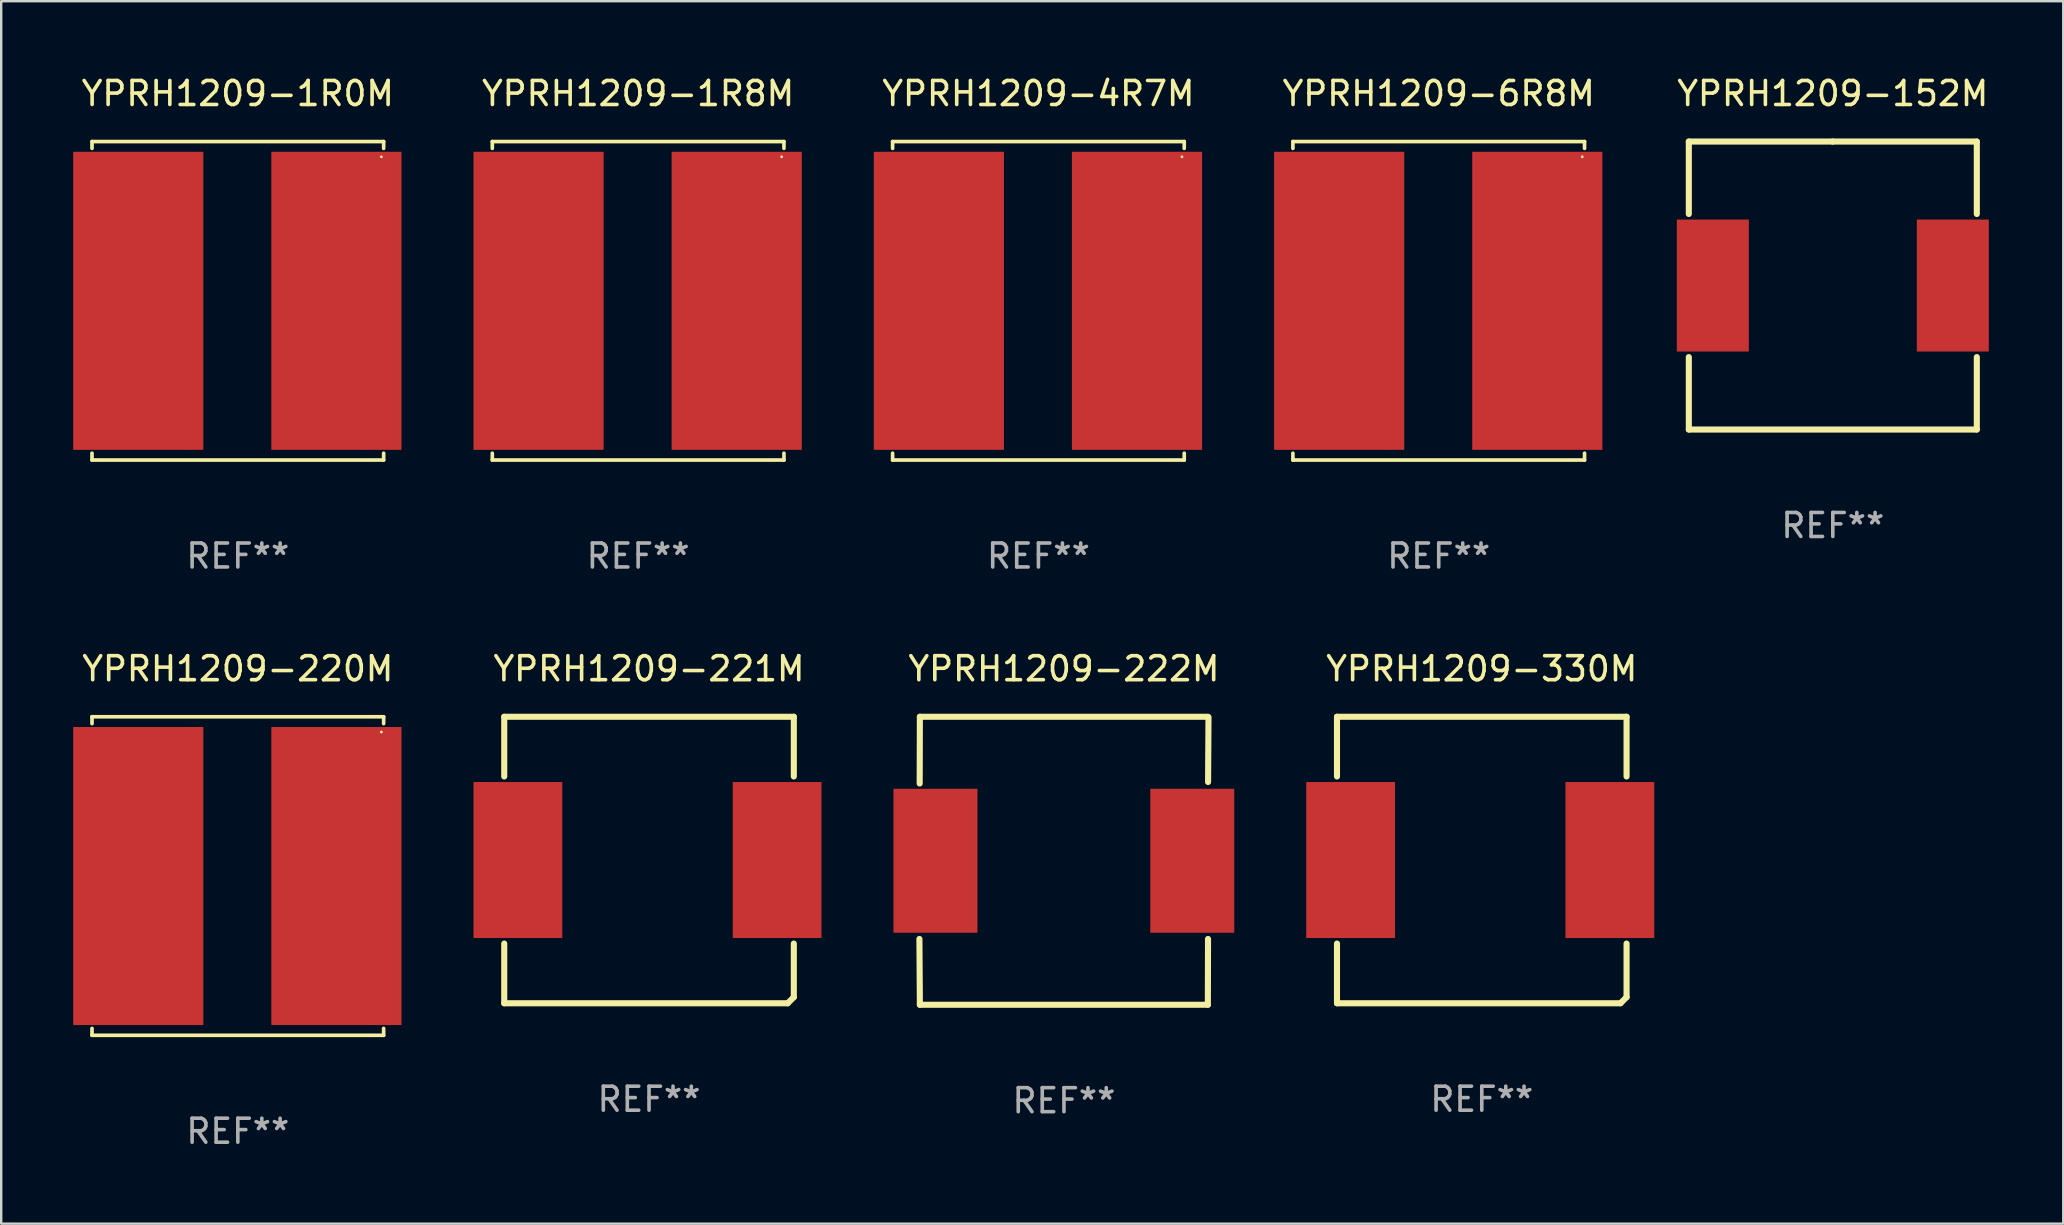
<source format=kicad_pcb>
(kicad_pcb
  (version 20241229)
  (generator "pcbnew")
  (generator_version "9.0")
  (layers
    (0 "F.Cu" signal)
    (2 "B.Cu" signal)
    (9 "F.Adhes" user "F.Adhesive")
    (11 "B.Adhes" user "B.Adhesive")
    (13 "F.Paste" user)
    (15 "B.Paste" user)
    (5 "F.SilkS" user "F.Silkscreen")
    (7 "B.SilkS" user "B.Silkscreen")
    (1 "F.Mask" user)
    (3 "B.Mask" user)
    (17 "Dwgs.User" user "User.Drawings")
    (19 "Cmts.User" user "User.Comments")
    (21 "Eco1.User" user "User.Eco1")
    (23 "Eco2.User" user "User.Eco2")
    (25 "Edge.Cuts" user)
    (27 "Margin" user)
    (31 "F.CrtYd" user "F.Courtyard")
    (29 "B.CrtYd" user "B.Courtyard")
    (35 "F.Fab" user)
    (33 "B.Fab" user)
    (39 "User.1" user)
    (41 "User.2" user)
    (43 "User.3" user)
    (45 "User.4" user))
  (footprint "YPRH1209-152M"
    (layer "F.Cu")
    (at 73.321 8.848)
    (property "Reference" "YPRH1209-152M" (at 0 -8 0) (layer "F.SilkS") (effects (font (size 1 1) (thickness 0.15))))
    (attr through_hole)
    (fp_line (start -6 -6) (end 0 -6) (stroke (width 0.254) (type solid)) (layer "F.SilkS"))
    (fp_line (start -6 -2.981) (end -6 -6) (stroke (width 0.254) (type solid)) (layer "F.SilkS"))
    (fp_line (start -6 6) (end -6 2.981) (stroke (width 0.254) (type solid)) (layer "F.SilkS"))
    (fp_line (start 0 -6) (end 6 -6) (stroke (width 0.254) (type solid)) (layer "F.SilkS"))
    (fp_line (start 6 -6) (end 6 -2.981) (stroke (width 0.254) (type solid)) (layer "F.SilkS"))
    (fp_line (start 6 2.981) (end 6 6) (stroke (width 0.254) (type solid)) (layer "F.SilkS"))
    (fp_line (start 6 6) (end -6 6) (stroke (width 0.254) (type solid)) (layer "F.SilkS"))
    (fp_circle (center -6 6) (end -5.97 6) (stroke (width 0.06) (type solid)) (fill no) (layer "F.SilkS"))
    (fp_text user "REF**" (at 0 10 0) (layer "F.Fab") (effects (font (size 1 1) (thickness 0.15))))
    (pad "1" smd rect (at -5 0) (size 3 5.5) (layers "F.Cu" "F.Mask" "F.Paste"))
    (pad "2" smd rect (at 5 0) (size 3 5.5) (layers "F.Cu" "F.Mask" "F.Paste")))
  (footprint "YPRH1209-1R0M"
    (layer "F.Cu")
    (at 6.86 9.484)
    (property "Reference" "YPRH1209-1R0M" (at 0 -8.636 0) (layer "F.SilkS") (effects (font (size 1 1) (thickness 0.15))))
    (attr through_hole)
    (fp_line (start -6.076 -6.636) (end -6.076 -6.35) (stroke (width 0.152) (type solid)) (layer "F.SilkS"))
    (fp_line (start -6.076 6.636) (end -6.076 6.35) (stroke (width 0.152) (type solid)) (layer "F.SilkS"))
    (fp_line (start 6.076 -6.636) (end -6.076 -6.636) (stroke (width 0.152) (type solid)) (layer "F.SilkS"))
    (fp_line (start 6.076 -6.35) (end 6.076 -6.636) (stroke (width 0.152) (type solid)) (layer "F.SilkS"))
    (fp_line (start 6.076 6.35) (end 6.076 6.636) (stroke (width 0.152) (type solid)) (layer "F.SilkS"))
    (fp_line (start 6.076 6.636) (end -6.076 6.636) (stroke (width 0.152) (type solid)) (layer "F.SilkS"))
    (fp_circle (center 5.98 -6) (end 6.01 -6) (stroke (width 0.06) (type solid)) (fill no) (layer "F.SilkS"))
    (fp_text user "REF**" (at 0 10.636 0) (layer "F.Fab") (effects (font (size 1 1) (thickness 0.15))))
    (pad "1" smd rect (at 4.108 0) (size 5.424 12.42) (layers "F.Cu" "F.Mask" "F.Paste"))
    (pad "2" smd rect (at -4.148 0) (size 5.424 12.42) (layers "F.Cu" "F.Mask" "F.Paste")))
  (footprint "YPRH1209-330M"
    (layer "F.Cu")
    (at 58.694 32.786)
    (property "Reference" "YPRH1209-330M" (at 0 -7.969 0) (layer "F.SilkS") (effects (font (size 1 1) (thickness 0.15))))
    (attr through_hole)
    (fp_line (start -6.033 -5.969) (end 6.033 -5.969) (stroke (width 0.254) (type solid)) (layer "F.SilkS"))
    (fp_line (start -6.033 -3.481) (end -6.033 -5.969) (stroke (width 0.254) (type solid)) (layer "F.SilkS"))
    (fp_line (start -6.033 5.969) (end -6.033 3.481) (stroke (width 0.254) (type solid)) (layer "F.SilkS"))
    (fp_line (start 5.779 5.969) (end -6.033 5.969) (stroke (width 0.254) (type solid)) (layer "F.SilkS"))
    (fp_line (start 6.033 -5.969) (end 6.033 -3.481) (stroke (width 0.254) (type solid)) (layer "F.SilkS"))
    (fp_line (start 6.033 3.481) (end 6.033 5.715) (stroke (width 0.254) (type solid)) (layer "F.SilkS"))
    (fp_line (start 6.033 5.715) (end 5.779 5.969) (stroke (width 0.254) (type solid)) (layer "F.SilkS"))
    (fp_circle (center 5.936 -6) (end 5.966 -6) (stroke (width 0.06) (type solid)) (fill no) (layer "F.SilkS"))
    (fp_text user "REF**" (at 0 9.969 0) (layer "F.Fab") (effects (font (size 1 1) (thickness 0.15))))
    (pad "1" smd rect (at 5.337 0) (size 3.7 6.5) (layers "F.Cu" "F.Mask" "F.Paste"))
    (pad "2" smd rect (at -5.464 0) (size 3.7 6.5) (layers "F.Cu" "F.Mask" "F.Paste")))
  (footprint "YPRH1209-221M"
    (layer "F.Cu")
    (at 23.994 32.786)
    (property "Reference" "YPRH1209-221M" (at 0 -7.969 0) (layer "F.SilkS") (effects (font (size 1 1) (thickness 0.15))))
    (attr through_hole)
    (fp_line (start -6.033 -5.969) (end 6.033 -5.969) (stroke (width 0.254) (type solid)) (layer "F.SilkS"))
    (fp_line (start -6.033 -3.481) (end -6.033 -5.969) (stroke (width 0.254) (type solid)) (layer "F.SilkS"))
    (fp_line (start -6.033 5.969) (end -6.033 3.481) (stroke (width 0.254) (type solid)) (layer "F.SilkS"))
    (fp_line (start 5.779 5.969) (end -6.033 5.969) (stroke (width 0.254) (type solid)) (layer "F.SilkS"))
    (fp_line (start 6.033 -5.969) (end 6.033 -3.481) (stroke (width 0.254) (type solid)) (layer "F.SilkS"))
    (fp_line (start 6.033 3.481) (end 6.033 5.715) (stroke (width 0.254) (type solid)) (layer "F.SilkS"))
    (fp_line (start 6.033 5.715) (end 5.779 5.969) (stroke (width 0.254) (type solid)) (layer "F.SilkS"))
    (fp_circle (center 5.936 -6) (end 5.966 -6) (stroke (width 0.06) (type solid)) (fill no) (layer "F.SilkS"))
    (fp_text user "REF**" (at 0 9.969 0) (layer "F.Fab") (effects (font (size 1 1) (thickness 0.15))))
    (pad "1" smd rect (at 5.337 0) (size 3.7 6.5) (layers "F.Cu" "F.Mask" "F.Paste"))
    (pad "2" smd rect (at -5.464 0) (size 3.7 6.5) (layers "F.Cu" "F.Mask" "F.Paste")))
  (footprint "YPRH1209-1R8M"
    (layer "F.Cu")
    (at 23.54 9.484)
    (property "Reference" "YPRH1209-1R8M" (at 0 -8.636 0) (layer "F.SilkS") (effects (font (size 1 1) (thickness 0.15))))
    (attr through_hole)
    (fp_line (start -6.076 -6.636) (end -6.076 -6.35) (stroke (width 0.152) (type solid)) (layer "F.SilkS"))
    (fp_line (start -6.076 6.636) (end -6.076 6.35) (stroke (width 0.152) (type solid)) (layer "F.SilkS"))
    (fp_line (start 6.076 -6.636) (end -6.076 -6.636) (stroke (width 0.152) (type solid)) (layer "F.SilkS"))
    (fp_line (start 6.076 -6.35) (end 6.076 -6.636) (stroke (width 0.152) (type solid)) (layer "F.SilkS"))
    (fp_line (start 6.076 6.35) (end 6.076 6.636) (stroke (width 0.152) (type solid)) (layer "F.SilkS"))
    (fp_line (start 6.076 6.636) (end -6.076 6.636) (stroke (width 0.152) (type solid)) (layer "F.SilkS"))
    (fp_circle (center 5.98 -6) (end 6.01 -6) (stroke (width 0.06) (type solid)) (fill no) (layer "F.SilkS"))
    (fp_text user "REF**" (at 0 10.636 0) (layer "F.Fab") (effects (font (size 1 1) (thickness 0.15))))
    (pad "1" smd rect (at 4.108 0) (size 5.424 12.42) (layers "F.Cu" "F.Mask" "F.Paste"))
    (pad "2" smd rect (at -4.148 0) (size 5.424 12.42) (layers "F.Cu" "F.Mask" "F.Paste")))
  (footprint "YPRH1209-220M"
    (layer "F.Cu")
    (at 6.86 33.453)
    (property "Reference" "YPRH1209-220M" (at 0 -8.636 0) (layer "F.SilkS") (effects (font (size 1 1) (thickness 0.15))))
    (attr through_hole)
    (fp_line (start -6.076 -6.636) (end -6.076 -6.35) (stroke (width 0.152) (type solid)) (layer "F.SilkS"))
    (fp_line (start -6.076 6.636) (end -6.076 6.35) (stroke (width 0.152) (type solid)) (layer "F.SilkS"))
    (fp_line (start 6.076 -6.636) (end -6.076 -6.636) (stroke (width 0.152) (type solid)) (layer "F.SilkS"))
    (fp_line (start 6.076 -6.35) (end 6.076 -6.636) (stroke (width 0.152) (type solid)) (layer "F.SilkS"))
    (fp_line (start 6.076 6.35) (end 6.076 6.636) (stroke (width 0.152) (type solid)) (layer "F.SilkS"))
    (fp_line (start 6.076 6.636) (end -6.076 6.636) (stroke (width 0.152) (type solid)) (layer "F.SilkS"))
    (fp_circle (center 5.98 -6) (end 6.01 -6) (stroke (width 0.06) (type solid)) (fill no) (layer "F.SilkS"))
    (fp_text user "REF**" (at 0 10.636 0) (layer "F.Fab") (effects (font (size 1 1) (thickness 0.15))))
    (pad "1" smd rect (at 4.108 0) (size 5.424 12.42) (layers "F.Cu" "F.Mask" "F.Paste"))
    (pad "2" smd rect (at -4.148 0) (size 5.424 12.42) (layers "F.Cu" "F.Mask" "F.Paste")))
  (footprint "YPRH1209-222M"
    (layer "F.Cu")
    (at 41.284 32.817)
    (property "Reference" "YPRH1209-222M" (at 0 -8 0) (layer "F.SilkS") (effects (font (size 1 1) (thickness 0.15))))
    (attr through_hole)
    (fp_line (start -6.012 -3.22) (end -6.004 -6) (stroke (width 0.254) (type solid)) (layer "F.SilkS"))
    (fp_line (start -6.004 -6) (end 5.996 -6) (stroke (width 0.254) (type solid)) (layer "F.SilkS"))
    (fp_line (start -6.004 6) (end -6.023 3.258) (stroke (width 0.254) (type solid)) (layer "F.SilkS"))
    (fp_line (start -6.004 6) (end 5.996 6) (stroke (width 0.254) (type solid)) (layer "F.SilkS"))
    (fp_line (start 5.996 6) (end 6.003 3.258) (stroke (width 0.254) (type solid)) (layer "F.SilkS"))
    (fp_line (start 6.005 -3.282) (end 6.023 -5.98) (stroke (width 0.254) (type solid)) (layer "F.SilkS"))
    (fp_circle (center -6.004 6) (end -5.974 6) (stroke (width 0.06) (type solid)) (fill no) (layer "F.SilkS"))
    (fp_text user "REF**" (at 0 10 0) (layer "F.Fab") (effects (font (size 1 1) (thickness 0.15))))
    (pad "1" smd rect (at -5.354 0) (size 3.5 6) (layers "F.Cu" "F.Mask" "F.Paste"))
    (pad "2" smd rect (at 5.346 0) (size 3.5 6) (layers "F.Cu" "F.Mask" "F.Paste")))
  (footprint "YPRH1209-6R8M"
    (layer "F.Cu")
    (at 56.9 9.484)
    (property "Reference" "YPRH1209-6R8M" (at 0 -8.636 0) (layer "F.SilkS") (effects (font (size 1 1) (thickness 0.15))))
    (attr through_hole)
    (fp_line (start -6.076 -6.636) (end -6.076 -6.35) (stroke (width 0.152) (type solid)) (layer "F.SilkS"))
    (fp_line (start -6.076 6.636) (end -6.076 6.35) (stroke (width 0.152) (type solid)) (layer "F.SilkS"))
    (fp_line (start 6.076 -6.636) (end -6.076 -6.636) (stroke (width 0.152) (type solid)) (layer "F.SilkS"))
    (fp_line (start 6.076 -6.35) (end 6.076 -6.636) (stroke (width 0.152) (type solid)) (layer "F.SilkS"))
    (fp_line (start 6.076 6.35) (end 6.076 6.636) (stroke (width 0.152) (type solid)) (layer "F.SilkS"))
    (fp_line (start 6.076 6.636) (end -6.076 6.636) (stroke (width 0.152) (type solid)) (layer "F.SilkS"))
    (fp_circle (center 5.98 -6) (end 6.01 -6) (stroke (width 0.06) (type solid)) (fill no) (layer "F.SilkS"))
    (fp_text user "REF**" (at 0 10.636 0) (layer "F.Fab") (effects (font (size 1 1) (thickness 0.15))))
    (pad "1" smd rect (at 4.108 0) (size 5.424 12.42) (layers "F.Cu" "F.Mask" "F.Paste"))
    (pad "2" smd rect (at -4.148 0) (size 5.424 12.42) (layers "F.Cu" "F.Mask" "F.Paste")))
  (footprint "YPRH1209-4R7M"
    (layer "F.Cu")
    (at 40.22 9.484)
    (property "Reference" "YPRH1209-4R7M" (at 0 -8.636 0) (layer "F.SilkS") (effects (font (size 1 1) (thickness 0.15))))
    (attr through_hole)
    (fp_line (start -6.076 -6.636) (end -6.076 -6.35) (stroke (width 0.152) (type solid)) (layer "F.SilkS"))
    (fp_line (start -6.076 6.636) (end -6.076 6.35) (stroke (width 0.152) (type solid)) (layer "F.SilkS"))
    (fp_line (start 6.076 -6.636) (end -6.076 -6.636) (stroke (width 0.152) (type solid)) (layer "F.SilkS"))
    (fp_line (start 6.076 -6.35) (end 6.076 -6.636) (stroke (width 0.152) (type solid)) (layer "F.SilkS"))
    (fp_line (start 6.076 6.35) (end 6.076 6.636) (stroke (width 0.152) (type solid)) (layer "F.SilkS"))
    (fp_line (start 6.076 6.636) (end -6.076 6.636) (stroke (width 0.152) (type solid)) (layer "F.SilkS"))
    (fp_circle (center 5.98 -6) (end 6.01 -6) (stroke (width 0.06) (type solid)) (fill no) (layer "F.SilkS"))
    (fp_text user "REF**" (at 0 10.636 0) (layer "F.Fab") (effects (font (size 1 1) (thickness 0.15))))
    (pad "1" smd rect (at 4.108 0) (size 5.424 12.42) (layers "F.Cu" "F.Mask" "F.Paste"))
    (pad "2" smd rect (at -4.148 0) (size 5.424 12.42) (layers "F.Cu" "F.Mask" "F.Paste")))
  (gr_rect
    (start -3 -3)
    (end 82.923 47.938)
    (stroke (width 0.1) (type default))
    (fill no)
    (layer "Edge.Cuts")))
</source>
